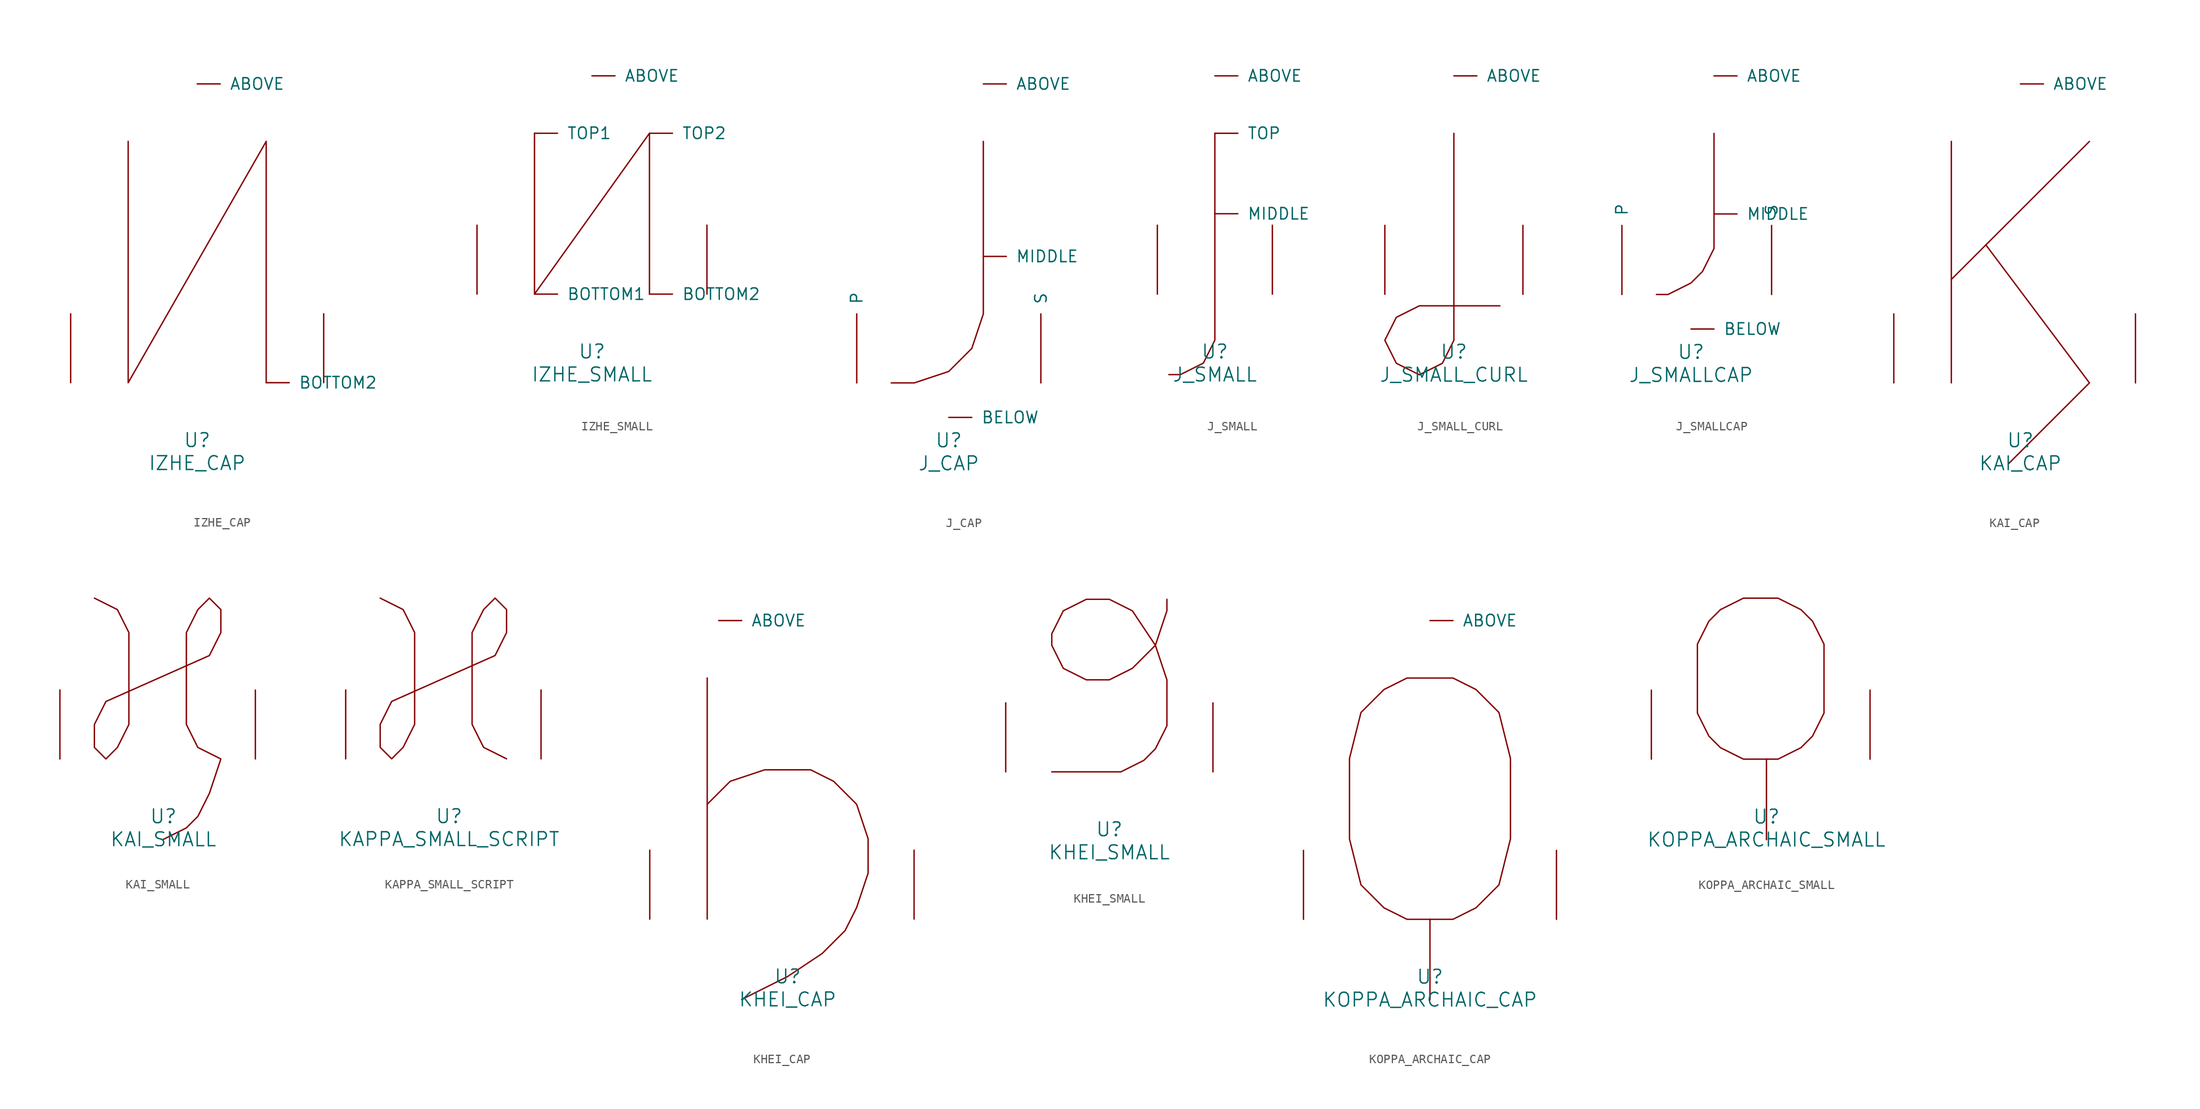
<source format=kicad_sym>
(kicad_symbol_lib
  (version 20220914)
  (generator font_lib2sym)
  (symbol "IZHE_CAP"
    (pin_names
      (offset 1.016))
    (property "Reference" "U"
      (at 0 -6.35 0)
      (effects (font (size 1.524 1.524))))
    (property "Value" "IZHE_CAP"
      (at 0 -8.89 0)
      (effects (font (size 1.524 1.524))))
    (symbol "IZHE_CAP_0_1"
      (polyline (pts (xy -7.62 26.67) (xy -7.62 0) (xy 7.62 26.67) (xy 7.62 0)) (stroke (width 0) (type solid)) (fill (type none)))
      (pin input line (at 0 33.02 0) (length 2.54) (name "ABOVE" (effects (font (size 1.27 1.27)))) (number "~" (effects (font (size 1.27 1.27)))))
      (pin input line (at 7.62 0 0) (length 2.54) (name "BOTTOM2" (effects (font (size 1.27 1.27)))) (number "~" (effects (font (size 1.27 1.27)))))
      (pin input line (at -13.97 0 90) (length 7.62) (name "~" (effects (font (size 1.27 1.27)))) (number "~" (effects (font (size 1.27 1.27)))))
      (pin input line (at 13.97 0 90) (length 7.62) (name "~" (effects (font (size 1.27 1.27)))) (number "~" (effects (font (size 1.27 1.27)))))))
  (symbol "IZHE_SMALL"
    (pin_names
      (offset 1.016))
    (property "Reference" "U"
      (at 0 -6.35 0)
      (effects (font (size 1.524 1.524))))
    (property "Value" "IZHE_SMALL"
      (at 0 -8.89 0)
      (effects (font (size 1.524 1.524))))
    (symbol "IZHE_SMALL_0_1"
      (polyline (pts (xy -6.35 17.78) (xy -6.35 0) (xy 6.35 17.78) (xy 6.35 0)) (stroke (width 0) (type solid)) (fill (type none)))
      (pin input line (at 0 24.13 0) (length 2.54) (name "ABOVE" (effects (font (size 1.27 1.27)))) (number "~" (effects (font (size 1.27 1.27)))))
      (pin input line (at -6.35 0 0) (length 2.54) (name "BOTTOM1" (effects (font (size 1.27 1.27)))) (number "~" (effects (font (size 1.27 1.27)))))
      (pin input line (at 6.35 0 0) (length 2.54) (name "BOTTOM2" (effects (font (size 1.27 1.27)))) (number "~" (effects (font (size 1.27 1.27)))))
      (pin input line (at -6.35 17.78 0) (length 2.54) (name "TOP1" (effects (font (size 1.27 1.27)))) (number "~" (effects (font (size 1.27 1.27)))))
      (pin input line (at 6.35 17.78 0) (length 2.54) (name "TOP2" (effects (font (size 1.27 1.27)))) (number "~" (effects (font (size 1.27 1.27)))))
      (pin input line (at -12.7 0 90) (length 7.62) (name "~" (effects (font (size 1.27 1.27)))) (number "~" (effects (font (size 1.27 1.27)))))
      (pin input line (at 12.7 0 90) (length 7.62) (name "~" (effects (font (size 1.27 1.27)))) (number "~" (effects (font (size 1.27 1.27)))))))
  (symbol "J_CAP"
    (pin_names
      (offset 1.016))
    (property "Reference" "U"
      (at 0 -6.35 0)
      (effects (font (size 1.524 1.524))))
    (property "Value" "J_CAP"
      (at 0 -8.89 0)
      (effects (font (size 1.524 1.524))))
    (symbol "J_CAP_0_1"
      (polyline (pts (xy 3.81 26.67) (xy 3.81 7.62) (xy 2.54 3.81) (xy 0 1.27) (xy -3.81 0) (xy -6.35 0)) (stroke (width 0) (type solid)) (fill (type none)))
      (pin input line (at 3.81 33.02 0) (length 2.54) (name "ABOVE" (effects (font (size 1.27 1.27)))) (number "~" (effects (font (size 1.27 1.27)))))
      (pin input line (at 0 -3.81 0) (length 2.54) (name "BELOW" (effects (font (size 1.27 1.27)))) (number "~" (effects (font (size 1.27 1.27)))))
      (pin input line (at 3.81 13.97 0) (length 2.54) (name "MIDDLE" (effects (font (size 1.27 1.27)))) (number "~" (effects (font (size 1.27 1.27)))))
      (pin input line (at -10.16 0 90) (length 7.62) (name "P" (effects (font (size 1.27 1.27)))) (number "~" (effects (font (size 1.27 1.27)))))
      (pin input line (at 10.16 0 90) (length 7.62) (name "S" (effects (font (size 1.27 1.27)))) (number "~" (effects (font (size 1.27 1.27)))))))
  (symbol "J_SMALL"
    (pin_names
      (offset 1.016))
    (property "Reference" "U"
      (at 0 -6.35 0)
      (effects (font (size 1.524 1.524))))
    (property "Value" "J_SMALL"
      (at 0 -8.89 0)
      (effects (font (size 1.524 1.524))))
    (symbol "J_SMALL_0_1"
      (polyline (pts (xy 0 17.78) (xy 0 -5.08) (xy -1.27 -7.62) (xy -3.81 -8.89) (xy -5.08 -8.89)) (stroke (width 0) (type solid)) (fill (type none)))
      (pin input line (at 0 24.13 0) (length 2.54) (name "ABOVE" (effects (font (size 1.27 1.27)))) (number "~" (effects (font (size 1.27 1.27)))))
      (pin input line (at 0 8.89 0) (length 2.54) (name "MIDDLE" (effects (font (size 1.27 1.27)))) (number "~" (effects (font (size 1.27 1.27)))))
      (pin input line (at 0 17.78 0) (length 2.54) (name "TOP" (effects (font (size 1.27 1.27)))) (number "~" (effects (font (size 1.27 1.27)))))
      (pin input line (at -6.35 0 90) (length 7.62) (name "~" (effects (font (size 1.27 1.27)))) (number "~" (effects (font (size 1.27 1.27)))))
      (pin input line (at 6.35 0 90) (length 7.62) (name "~" (effects (font (size 1.27 1.27)))) (number "~" (effects (font (size 1.27 1.27)))))))
  (symbol "J_SMALL_CURL"
    (pin_names
      (offset 1.016))
    (property "Reference" "U"
      (at 0 -6.35 0)
      (effects (font (size 1.524 1.524))))
    (property "Value" "J_SMALL_CURL"
      (at 0 -8.89 0)
      (effects (font (size 1.524 1.524))))
    (symbol "J_SMALL_CURL_0_1"
      (polyline (pts (xy 0 17.78) (xy 0 -5.08) (xy -1.27 -7.62) (xy -3.81 -8.89) (xy -6.35 -7.62) (xy -7.62 -5.08) (xy -6.35 -2.54) (xy -3.81 -1.27) (xy 5.08 -1.27)) (stroke (width 0) (type solid)) (fill (type none)))
      (pin input line (at 0 24.13 0) (length 2.54) (name "ABOVE" (effects (font (size 1.27 1.27)))) (number "~" (effects (font (size 1.27 1.27)))))
      (pin input line (at -7.62 0 90) (length 7.62) (name "~" (effects (font (size 1.27 1.27)))) (number "~" (effects (font (size 1.27 1.27)))))
      (pin input line (at 7.62 0 90) (length 7.62) (name "~" (effects (font (size 1.27 1.27)))) (number "~" (effects (font (size 1.27 1.27)))))))
  (symbol "J_SMALLCAP"
    (pin_names
      (offset 1.016))
    (property "Reference" "U"
      (at 0 -6.35 0)
      (effects (font (size 1.524 1.524))))
    (property "Value" "J_SMALLCAP"
      (at 0 -8.89 0)
      (effects (font (size 1.524 1.524))))
    (symbol "J_SMALLCAP_0_1"
      (polyline (pts (xy 2.54 17.78) (xy 2.54 5.08) (xy 1.27 2.54) (xy 0 1.27) (xy -2.54 0) (xy -3.81 0)) (stroke (width 0) (type solid)) (fill (type none)))
      (pin input line (at 2.54 24.13 0) (length 2.54) (name "ABOVE" (effects (font (size 1.27 1.27)))) (number "~" (effects (font (size 1.27 1.27)))))
      (pin input line (at 0 -3.81 0) (length 2.54) (name "BELOW" (effects (font (size 1.27 1.27)))) (number "~" (effects (font (size 1.27 1.27)))))
      (pin input line (at 2.54 8.89 0) (length 2.54) (name "MIDDLE" (effects (font (size 1.27 1.27)))) (number "~" (effects (font (size 1.27 1.27)))))
      (pin input line (at -7.62 0 90) (length 7.62) (name "P" (effects (font (size 1.27 1.27)))) (number "~" (effects (font (size 1.27 1.27)))))
      (pin input line (at 8.89 0 90) (length 7.62) (name "S" (effects (font (size 1.27 1.27)))) (number "~" (effects (font (size 1.27 1.27)))))))
  (symbol "KAI_CAP"
    (pin_names
      (offset 1.016))
    (property "Reference" "U"
      (at 0 -6.35 0)
      (effects (font (size 1.524 1.524))))
    (property "Value" "KAI_CAP"
      (at 0 -8.89 0)
      (effects (font (size 1.524 1.524))))
    (symbol "KAI_CAP_0_1"
      (polyline (pts (xy -7.62 0) (xy -7.62 26.67)) (stroke (width 0) (type solid)) (fill (type none)))
      (polyline (pts (xy 7.62 26.67) (xy -7.62 11.43)) (stroke (width 0) (type solid)) (fill (type none)))
      (polyline (pts (xy -3.81 15.24) (xy 7.62 0) (xy -1.27 -8.89)) (stroke (width 0) (type solid)) (fill (type none)))
      (pin input line (at 0 33.02 0) (length 2.54) (name "ABOVE" (effects (font (size 1.27 1.27)))) (number "~" (effects (font (size 1.27 1.27)))))
      (pin input line (at -13.97 0 90) (length 7.62) (name "~" (effects (font (size 1.27 1.27)))) (number "~" (effects (font (size 1.27 1.27)))))
      (pin input line (at 12.7 0 90) (length 7.62) (name "~" (effects (font (size 1.27 1.27)))) (number "~" (effects (font (size 1.27 1.27)))))))
  (symbol "KAI_SMALL"
    (pin_names
      (offset 1.016))
    (property "Reference" "U"
      (at 0 -6.35 0)
      (effects (font (size 1.524 1.524))))
    (property "Value" "KAI_SMALL"
      (at 0 -8.89 0)
      (effects (font (size 1.524 1.524))))
    (symbol "KAI_SMALL_0_1"
      (polyline (pts (xy -7.62 17.78) (xy -5.08 16.51) (xy -3.81 13.97) (xy -3.81 3.81) (xy -5.08 1.27) (xy -6.35 0) (xy -7.62 1.27) (xy -7.62 3.81) (xy -6.35 6.35) (xy 5.08 11.43) (xy 6.35 13.97) (xy 6.35 16.51) (xy 5.08 17.78) (xy 3.81 16.51) (xy 2.54 13.97) (xy 2.54 3.81) (xy 3.81 1.27) (xy 6.35 0) (xy 5.08 -3.81) (xy 3.81 -6.35) (xy 2.54 -7.62) (xy 0 -8.89)) (stroke (width 0) (type solid)) (fill (type none)))
      (pin input line (at -11.43 0 90) (length 7.62) (name "~" (effects (font (size 1.27 1.27)))) (number "~" (effects (font (size 1.27 1.27)))))
      (pin input line (at 10.16 0 90) (length 7.62) (name "~" (effects (font (size 1.27 1.27)))) (number "~" (effects (font (size 1.27 1.27)))))))
  (symbol "KAPPA_SMALL_SCRIPT"
    (pin_names
      (offset 1.016))
    (property "Reference" "U"
      (at 0 -6.35 0)
      (effects (font (size 1.524 1.524))))
    (property "Value" "KAPPA_SMALL_SCRIPT"
      (at 0 -8.89 0)
      (effects (font (size 1.524 1.524))))
    (symbol "KAPPA_SMALL_SCRIPT_0_1"
      (polyline (pts (xy -7.62 17.78) (xy -5.08 16.51) (xy -3.81 13.97) (xy -3.81 3.81) (xy -5.08 1.27) (xy -6.35 0) (xy -7.62 1.27) (xy -7.62 3.81) (xy -6.35 6.35) (xy 5.08 11.43) (xy 6.35 13.97) (xy 6.35 16.51) (xy 5.08 17.78) (xy 3.81 16.51) (xy 2.54 13.97) (xy 2.54 3.81) (xy 3.81 1.27) (xy 6.35 0)) (stroke (width 0) (type solid)) (fill (type none)))
      (pin input line (at -11.43 0 90) (length 7.62) (name "~" (effects (font (size 1.27 1.27)))) (number "~" (effects (font (size 1.27 1.27)))))
      (pin input line (at 10.16 0 90) (length 7.62) (name "~" (effects (font (size 1.27 1.27)))) (number "~" (effects (font (size 1.27 1.27)))))))
  (symbol "KHEI_CAP"
    (pin_names
      (offset 1.016))
    (property "Reference" "U"
      (at 0 -6.35 0)
      (effects (font (size 1.524 1.524))))
    (property "Value" "KHEI_CAP"
      (at 0 -8.89 0)
      (effects (font (size 1.524 1.524))))
    (symbol "KHEI_CAP_0_1"
      (polyline (pts (xy -8.89 26.67) (xy -8.89 0)) (stroke (width 0) (type solid)) (fill (type none)))
      (polyline (pts (xy -8.89 12.7) (xy -6.35 15.24) (xy -2.54 16.51) (xy 2.54 16.51) (xy 5.08 15.24) (xy 7.62 12.7) (xy 8.89 8.89) (xy 8.89 5.08) (xy 7.62 1.27) (xy 6.35 -1.27) (xy 3.81 -3.81) (xy 0 -6.35) (xy -5.08 -8.89)) (stroke (width 0) (type solid)) (fill (type none)))
      (pin input line (at -7.62 33.02 0) (length 2.54) (name "ABOVE" (effects (font (size 1.27 1.27)))) (number "~" (effects (font (size 1.27 1.27)))))
      (pin input line (at -15.24 0 90) (length 7.62) (name "~" (effects (font (size 1.27 1.27)))) (number "~" (effects (font (size 1.27 1.27)))))
      (pin input line (at 13.97 0 90) (length 7.62) (name "~" (effects (font (size 1.27 1.27)))) (number "~" (effects (font (size 1.27 1.27)))))))
  (symbol "KHEI_SMALL"
    (pin_names
      (offset 1.016))
    (property "Reference" "U"
      (at 0 -6.35 0)
      (effects (font (size 1.524 1.524))))
    (property "Value" "KHEI_SMALL"
      (at 0 -8.89 0)
      (effects (font (size 1.524 1.524))))
    (symbol "KHEI_SMALL_0_1"
      (polyline (pts (xy 6.35 19.05) (xy 6.35 17.78) (xy 5.08 13.97) (xy 2.54 11.43) (xy 0 10.16) (xy -2.54 10.16) (xy -5.08 11.43) (xy -6.35 13.97) (xy -6.35 15.24) (xy -5.08 17.78) (xy -2.54 19.05) (xy 0 19.05) (xy 2.54 17.78) (xy 5.08 13.97) (xy 6.35 10.16) (xy 6.35 5.08) (xy 5.08 2.54) (xy 3.81 1.27) (xy 1.27 0) (xy -6.35 0)) (stroke (width 0) (type solid)) (fill (type none)))
      (pin input line (at -11.43 0 90) (length 7.62) (name "~" (effects (font (size 1.27 1.27)))) (number "~" (effects (font (size 1.27 1.27)))))
      (pin input line (at 11.43 0 90) (length 7.62) (name "~" (effects (font (size 1.27 1.27)))) (number "~" (effects (font (size 1.27 1.27)))))))
  (symbol "KOPPA_ARCHAIC_CAP"
    (pin_names
      (offset 1.016))
    (property "Reference" "U"
      (at 0 -6.35 0)
      (effects (font (size 1.524 1.524))))
    (property "Value" "KOPPA_ARCHAIC_CAP"
      (at 0 -8.89 0)
      (effects (font (size 1.524 1.524))))
    (symbol "KOPPA_ARCHAIC_CAP_0_1"
      (polyline (pts (xy 0 0) (xy 0 -8.89)) (stroke (width 0) (type solid)) (fill (type none)))
      (polyline (pts (xy -2.54 26.67) (xy 2.54 26.67) (xy 5.08 25.4) (xy 7.62 22.86) (xy 8.89 17.78) (xy 8.89 8.89) (xy 7.62 3.81) (xy 5.08 1.27) (xy 2.54 0) (xy -2.54 0) (xy -5.08 1.27) (xy -7.62 3.81) (xy -8.89 8.89) (xy -8.89 17.78) (xy -7.62 22.86) (xy -5.08 25.4) (xy -2.54 26.67)) (stroke (width 0) (type solid)) (fill (type none)))
      (pin input line (at 0 33.02 0) (length 2.54) (name "ABOVE" (effects (font (size 1.27 1.27)))) (number "~" (effects (font (size 1.27 1.27)))))
      (pin input line (at -13.97 0 90) (length 7.62) (name "~" (effects (font (size 1.27 1.27)))) (number "~" (effects (font (size 1.27 1.27)))))
      (pin input line (at 13.97 0 90) (length 7.62) (name "~" (effects (font (size 1.27 1.27)))) (number "~" (effects (font (size 1.27 1.27)))))))
  (symbol "KOPPA_ARCHAIC_SMALL"
    (pin_names
      (offset 1.016))
    (property "Reference" "U"
      (at 0 -6.35 0)
      (effects (font (size 1.524 1.524))))
    (property "Value" "KOPPA_ARCHAIC_SMALL"
      (at 0 -8.89 0)
      (effects (font (size 1.524 1.524))))
    (symbol "KOPPA_ARCHAIC_SMALL_0_1"
      (polyline (pts (xy 0 0) (xy 0 -8.89)) (stroke (width 0) (type solid)) (fill (type none)))
      (polyline (pts (xy -2.54 0) (xy -5.08 1.27) (xy -6.35 2.54) (xy -7.62 5.08) (xy -7.62 12.7) (xy -6.35 15.24) (xy -5.08 16.51) (xy -2.54 17.78) (xy 1.27 17.78) (xy 3.81 16.51) (xy 5.08 15.24) (xy 6.35 12.7) (xy 6.35 5.08) (xy 5.08 2.54) (xy 3.81 1.27) (xy 1.27 0) (xy -2.54 0)) (stroke (width 0) (type solid)) (fill (type none)))
      (pin input line (at -12.7 0 90) (length 7.62) (name "~" (effects (font (size 1.27 1.27)))) (number "~" (effects (font (size 1.27 1.27)))))
      (pin input line (at 11.43 0 90) (length 7.62) (name "~" (effects (font (size 1.27 1.27)))) (number "~" (effects (font (size 1.27 1.27))))))))
</source>
